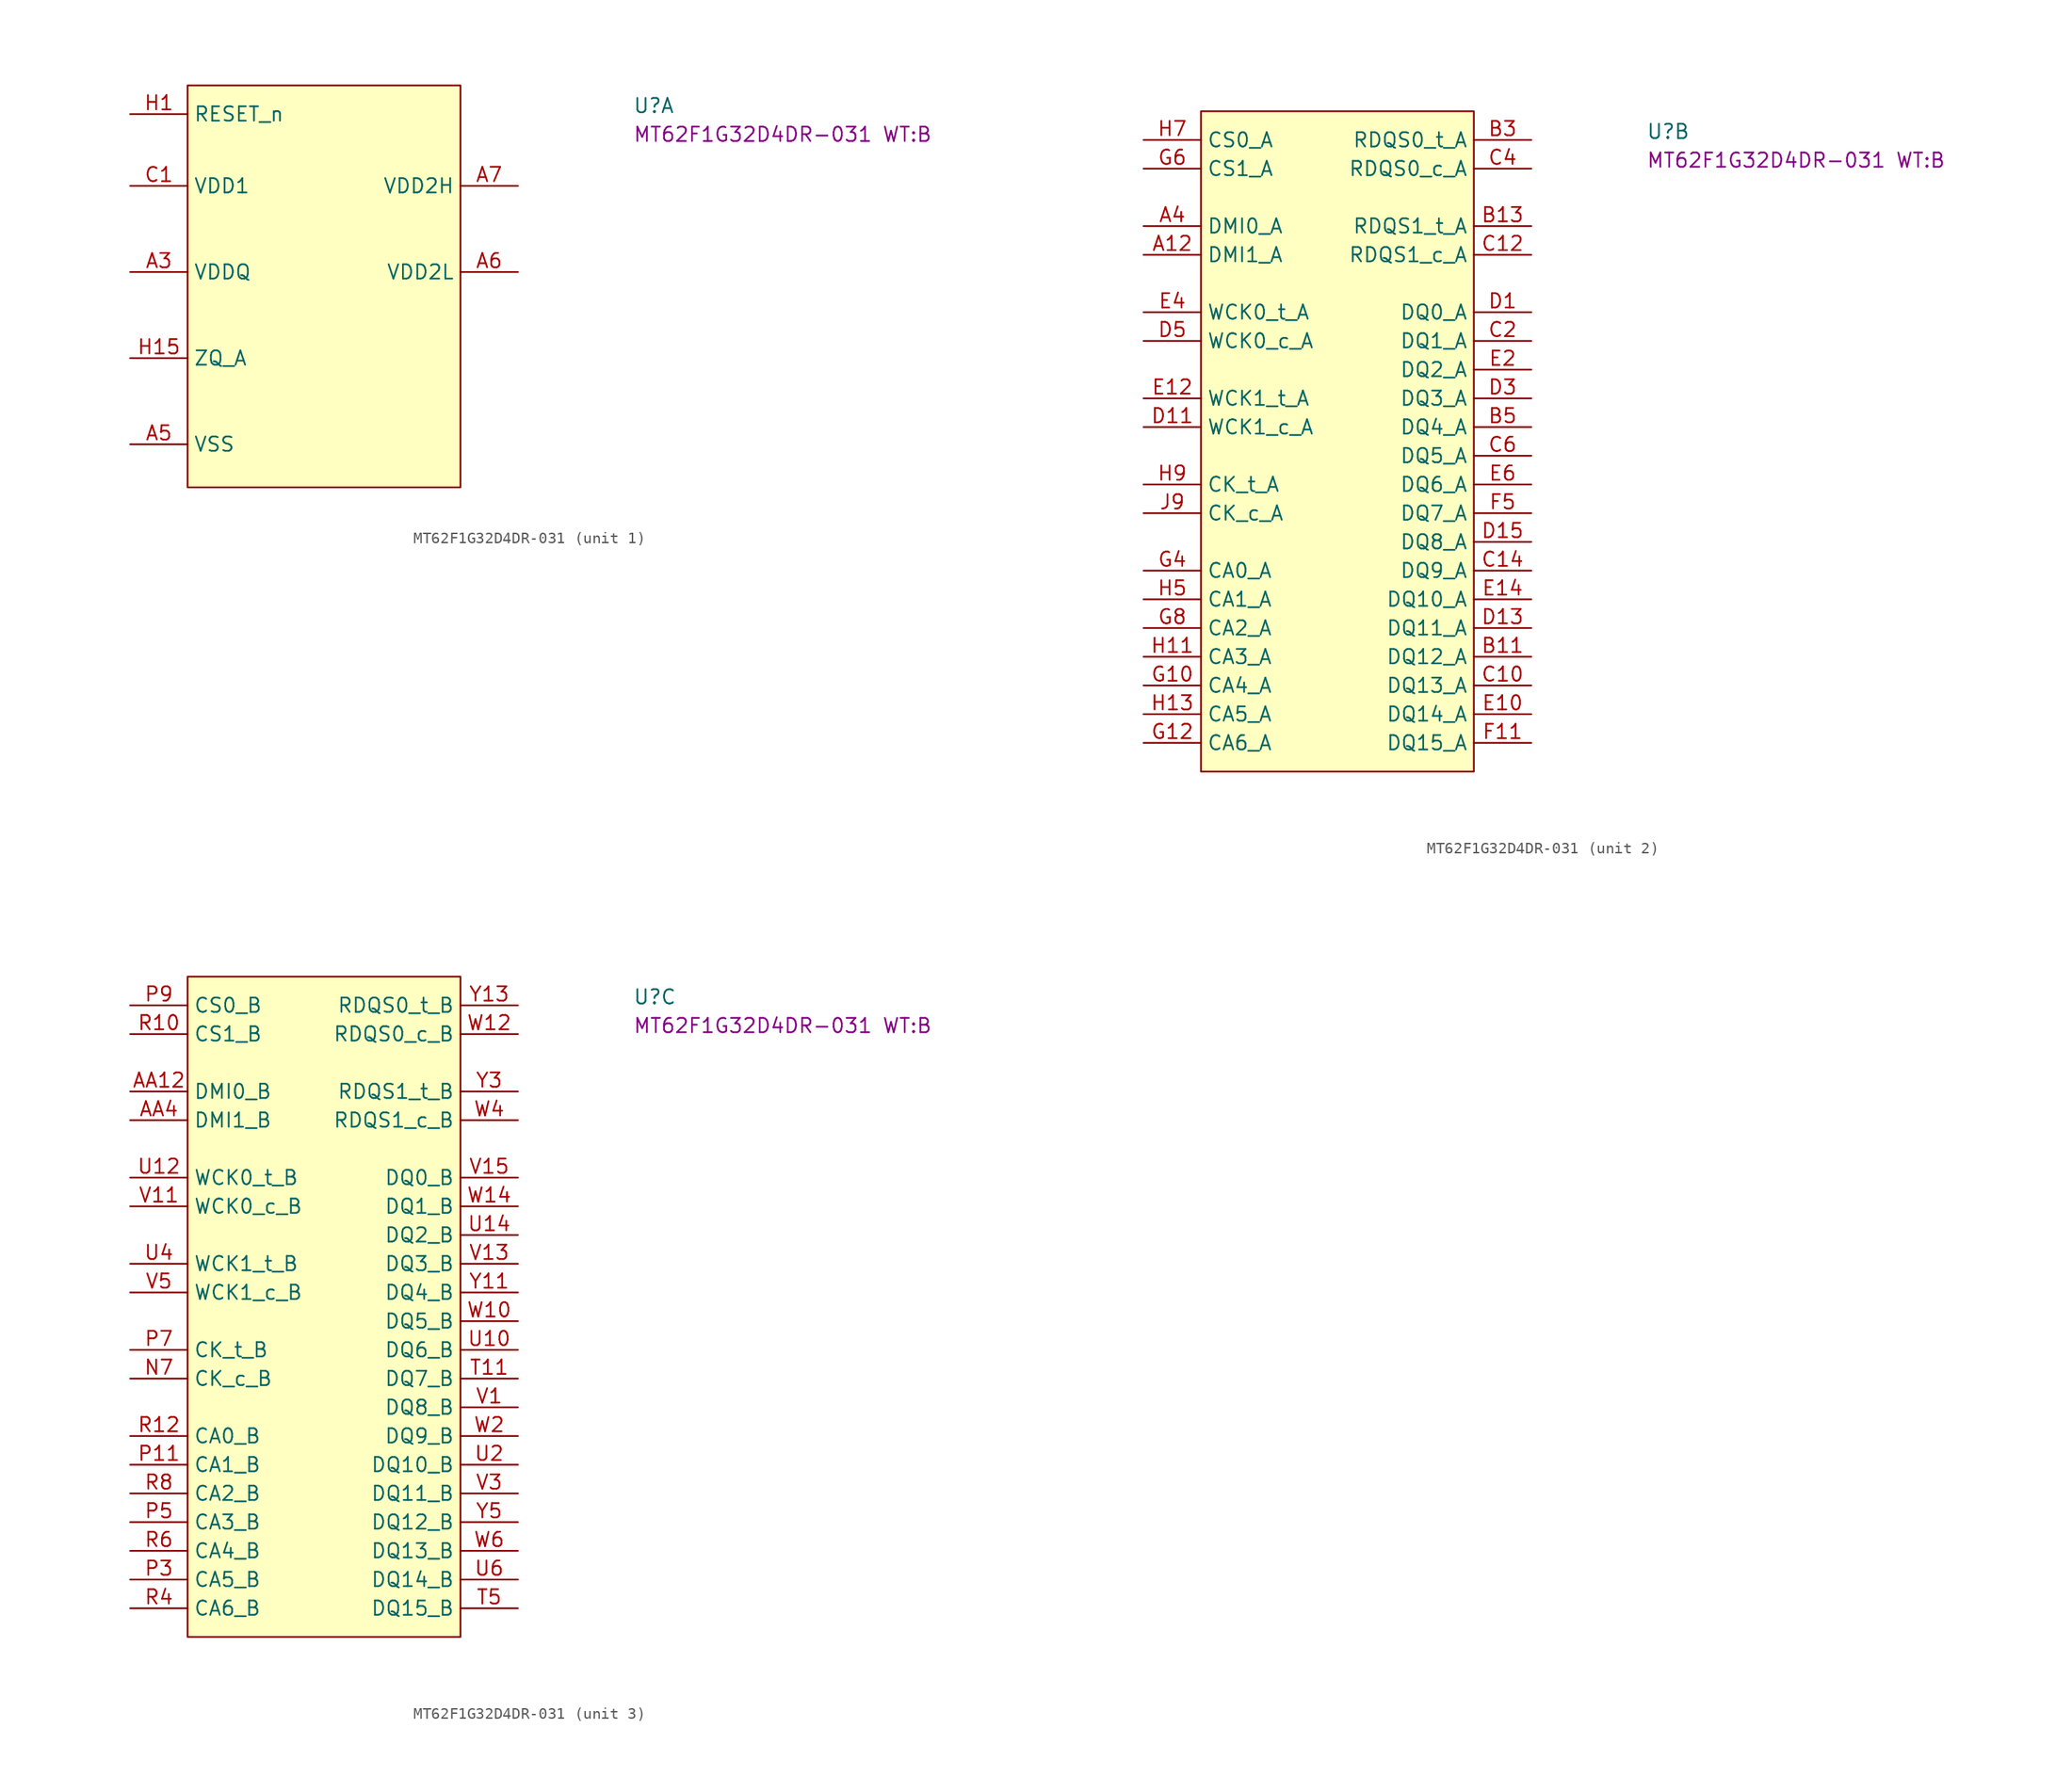
<source format=kicad_sym>
(kicad_symbol_lib
  (version 20220914)
  (generator kicad_symbol_editor)
  (symbol "MT62F1G32D4DR-031"
    (property "Reference" "U"
      (at 44.45 0 0)
      (effects (font (size 1.27 1.27)) (justify left bottom)))
    (property "MPN" "MT62F1G32D4DR-031 WT:B"
      (at 44.45 -2.54 0)
      (effects (font (size 1.27 1.27)) (justify left bottom)))
    (property "ki_locked" ""
      (at 0 0 0)
      (effects (font (size 1.27 1.27))))
    (symbol "MT62F1G32D4DR-031_1_0"
      (pin no_connect line (at 29.21 -3.81 180) (length 5.08) hide (name "NC" (effects (font (size 1.27 1.27)))) (number "A1" (effects (font (size 1.27 1.27)))))
      (pin passive line (at 34.29 -13.97 180) (length 5.08) hide (name "VDD2L" (effects (font (size 1.27 1.27)))) (number "A10" (effects (font (size 1.27 1.27)))))
      (pin passive line (at 0 -29.21 0) (length 5.08) hide (name "VSS" (effects (font (size 1.27 1.27)))) (number "A11" (effects (font (size 1.27 1.27)))))
      (pin passive line (at 0 -13.97 0) (length 5.08) hide (name "VDDQ" (effects (font (size 1.27 1.27)))) (number "A13" (effects (font (size 1.27 1.27)))))
      (pin no_connect line (at 29.21 -19.05 180) (length 5.08) hide (name "NC" (effects (font (size 1.27 1.27)))) (number "A14" (effects (font (size 1.27 1.27)))))
      (pin no_connect line (at 29.21 -20.32 180) (length 5.08) hide (name "NC" (effects (font (size 1.27 1.27)))) (number "A15" (effects (font (size 1.27 1.27)))))
      (pin no_connect line (at 29.21 -17.78 180) (length 5.08) hide (name "NC" (effects (font (size 1.27 1.27)))) (number "A2" (effects (font (size 1.27 1.27)))))
      (pin passive line (at 0 -13.97 0) (length 5.08) (name "VDDQ" (effects (font (size 1.27 1.27)))) (number "A3" (effects (font (size 1.27 1.27)))))
      (pin passive line (at 0 -29.21 0) (length 5.08) (name "VSS" (effects (font (size 1.27 1.27)))) (number "A5" (effects (font (size 1.27 1.27)))))
      (pin passive line (at 34.29 -13.97 180) (length 5.08) (name "VDD2L" (effects (font (size 1.27 1.27)))) (number "A6" (effects (font (size 1.27 1.27)))))
      (pin passive line (at 34.29 -6.35 180) (length 5.08) (name "VDD2H" (effects (font (size 1.27 1.27)))) (number "A7" (effects (font (size 1.27 1.27)))))
      (pin passive line (at 34.29 -6.35 180) (length 5.08) hide (name "VDD2H" (effects (font (size 1.27 1.27)))) (number "A8" (effects (font (size 1.27 1.27)))))
      (pin passive line (at 34.29 -6.35 180) (length 5.08) hide (name "VDD2H" (effects (font (size 1.27 1.27)))) (number "A9" (effects (font (size 1.27 1.27)))))
      (pin no_connect line (at 29.21 -26.67 180) (length 5.08) hide (name "NC" (effects (font (size 1.27 1.27)))) (number "AA1" (effects (font (size 1.27 1.27)))))
      (pin passive line (at 34.29 -13.97 180) (length 5.08) hide (name "VDD2L" (effects (font (size 1.27 1.27)))) (number "AA10" (effects (font (size 1.27 1.27)))))
      (pin passive line (at 0 -29.21 0) (length 5.08) hide (name "VSS" (effects (font (size 1.27 1.27)))) (number "AA11" (effects (font (size 1.27 1.27)))))
      (pin passive line (at 0 -13.97 0) (length 5.08) hide (name "VDDQ" (effects (font (size 1.27 1.27)))) (number "AA13" (effects (font (size 1.27 1.27)))))
      (pin no_connect line (at 29.21 -29.21 180) (length 5.08) hide (name "NC" (effects (font (size 1.27 1.27)))) (number "AA14" (effects (font (size 1.27 1.27)))))
      (pin no_connect line (at 29.21 -30.48 180) (length 5.08) hide (name "NC" (effects (font (size 1.27 1.27)))) (number "AA15" (effects (font (size 1.27 1.27)))))
      (pin no_connect line (at 29.21 -27.94 180) (length 5.08) hide (name "NC" (effects (font (size 1.27 1.27)))) (number "AA2" (effects (font (size 1.27 1.27)))))
      (pin passive line (at 0 -13.97 0) (length 5.08) hide (name "VDDQ" (effects (font (size 1.27 1.27)))) (number "AA3" (effects (font (size 1.27 1.27)))))
      (pin passive line (at 0 -29.21 0) (length 5.08) hide (name "VSS" (effects (font (size 1.27 1.27)))) (number "AA5" (effects (font (size 1.27 1.27)))))
      (pin passive line (at 34.29 -13.97 180) (length 5.08) hide (name "VDD2L" (effects (font (size 1.27 1.27)))) (number "AA6" (effects (font (size 1.27 1.27)))))
      (pin passive line (at 34.29 -6.35 180) (length 5.08) hide (name "VDD2H" (effects (font (size 1.27 1.27)))) (number "AA7" (effects (font (size 1.27 1.27)))))
      (pin passive line (at 34.29 -6.35 180) (length 5.08) hide (name "VDD2H" (effects (font (size 1.27 1.27)))) (number "AA8" (effects (font (size 1.27 1.27)))))
      (pin passive line (at 34.29 -6.35 180) (length 5.08) hide (name "VDD2H" (effects (font (size 1.27 1.27)))) (number "AA9" (effects (font (size 1.27 1.27)))))
      (pin no_connect line (at 29.21 -21.59 180) (length 5.08) hide (name "NC" (effects (font (size 1.27 1.27)))) (number "B1" (effects (font (size 1.27 1.27)))))
      (pin passive line (at 34.29 -13.97 180) (length 5.08) hide (name "VDD2L" (effects (font (size 1.27 1.27)))) (number "B10" (effects (font (size 1.27 1.27)))))
      (pin passive line (at 0 -29.21 0) (length 5.08) hide (name "VSS" (effects (font (size 1.27 1.27)))) (number "B12" (effects (font (size 1.27 1.27)))))
      (pin passive line (at 0 -13.97 0) (length 5.08) hide (name "VDDQ" (effects (font (size 1.27 1.27)))) (number "B14" (effects (font (size 1.27 1.27)))))
      (pin no_connect line (at 29.21 -22.86 180) (length 5.08) hide (name "NC" (effects (font (size 1.27 1.27)))) (number "B15" (effects (font (size 1.27 1.27)))))
      (pin passive line (at 0 -13.97 0) (length 5.08) hide (name "VDDQ" (effects (font (size 1.27 1.27)))) (number "B2" (effects (font (size 1.27 1.27)))))
      (pin passive line (at 0 -29.21 0) (length 5.08) hide (name "VSS" (effects (font (size 1.27 1.27)))) (number "B4" (effects (font (size 1.27 1.27)))))
      (pin passive line (at 34.29 -13.97 180) (length 5.08) hide (name "VDD2L" (effects (font (size 1.27 1.27)))) (number "B6" (effects (font (size 1.27 1.27)))))
      (pin passive line (at 34.29 -6.35 180) (length 5.08) hide (name "VDD2H" (effects (font (size 1.27 1.27)))) (number "B7" (effects (font (size 1.27 1.27)))))
      (pin passive line (at 0 -29.21 0) (length 5.08) hide (name "VSS" (effects (font (size 1.27 1.27)))) (number "B8" (effects (font (size 1.27 1.27)))))
      (pin passive line (at 34.29 -6.35 180) (length 5.08) hide (name "VDD2H" (effects (font (size 1.27 1.27)))) (number "B9" (effects (font (size 1.27 1.27)))))
      (pin passive line (at 0 -6.35 0) (length 5.08) (name "VDD1" (effects (font (size 1.27 1.27)))) (number "C1" (effects (font (size 1.27 1.27)))))
      (pin passive line (at 0 -29.21 0) (length 5.08) hide (name "VSS" (effects (font (size 1.27 1.27)))) (number "C11" (effects (font (size 1.27 1.27)))))
      (pin passive line (at 0 -13.97 0) (length 5.08) hide (name "VDDQ" (effects (font (size 1.27 1.27)))) (number "C13" (effects (font (size 1.27 1.27)))))
      (pin passive line (at 0 -6.35 0) (length 5.08) hide (name "VDD1" (effects (font (size 1.27 1.27)))) (number "C15" (effects (font (size 1.27 1.27)))))
      (pin passive line (at 0 -13.97 0) (length 5.08) hide (name "VDDQ" (effects (font (size 1.27 1.27)))) (number "C3" (effects (font (size 1.27 1.27)))))
      (pin passive line (at 0 -29.21 0) (length 5.08) hide (name "VSS" (effects (font (size 1.27 1.27)))) (number "C5" (effects (font (size 1.27 1.27)))))
      (pin passive line (at 34.29 -6.35 180) (length 5.08) hide (name "VDD2H" (effects (font (size 1.27 1.27)))) (number "C7" (effects (font (size 1.27 1.27)))))
      (pin passive line (at 0 -29.21 0) (length 5.08) hide (name "VSS" (effects (font (size 1.27 1.27)))) (number "C8" (effects (font (size 1.27 1.27)))))
      (pin passive line (at 34.29 -6.35 180) (length 5.08) hide (name "VDD2H" (effects (font (size 1.27 1.27)))) (number "C9" (effects (font (size 1.27 1.27)))))
      (pin passive line (at 0 -29.21 0) (length 5.08) hide (name "VSS" (effects (font (size 1.27 1.27)))) (number "D10" (effects (font (size 1.27 1.27)))))
      (pin passive line (at 0 -13.97 0) (length 5.08) hide (name "VDDQ" (effects (font (size 1.27 1.27)))) (number "D12" (effects (font (size 1.27 1.27)))))
      (pin passive line (at 0 -29.21 0) (length 5.08) hide (name "VSS" (effects (font (size 1.27 1.27)))) (number "D14" (effects (font (size 1.27 1.27)))))
      (pin passive line (at 0 -29.21 0) (length 5.08) hide (name "VSS" (effects (font (size 1.27 1.27)))) (number "D2" (effects (font (size 1.27 1.27)))))
      (pin passive line (at 0 -13.97 0) (length 5.08) hide (name "VDDQ" (effects (font (size 1.27 1.27)))) (number "D4" (effects (font (size 1.27 1.27)))))
      (pin passive line (at 0 -29.21 0) (length 5.08) hide (name "VSS" (effects (font (size 1.27 1.27)))) (number "D6" (effects (font (size 1.27 1.27)))))
      (pin passive line (at 0 -29.21 0) (length 5.08) hide (name "VSS" (effects (font (size 1.27 1.27)))) (number "D7" (effects (font (size 1.27 1.27)))))
      (pin passive line (at 34.29 -6.35 180) (length 5.08) hide (name "VDD2H" (effects (font (size 1.27 1.27)))) (number "D8" (effects (font (size 1.27 1.27)))))
      (pin passive line (at 0 -29.21 0) (length 5.08) hide (name "VSS" (effects (font (size 1.27 1.27)))) (number "D9" (effects (font (size 1.27 1.27)))))
      (pin passive line (at 0 -29.21 0) (length 5.08) hide (name "VSS" (effects (font (size 1.27 1.27)))) (number "E1" (effects (font (size 1.27 1.27)))))
      (pin passive line (at 0 -13.97 0) (length 5.08) hide (name "VDDQ" (effects (font (size 1.27 1.27)))) (number "E11" (effects (font (size 1.27 1.27)))))
      (pin passive line (at 0 -29.21 0) (length 5.08) hide (name "VSS" (effects (font (size 1.27 1.27)))) (number "E13" (effects (font (size 1.27 1.27)))))
      (pin passive line (at 0 -29.21 0) (length 5.08) hide (name "VSS" (effects (font (size 1.27 1.27)))) (number "E15" (effects (font (size 1.27 1.27)))))
      (pin passive line (at 0 -29.21 0) (length 5.08) hide (name "VSS" (effects (font (size 1.27 1.27)))) (number "E3" (effects (font (size 1.27 1.27)))))
      (pin passive line (at 0 -13.97 0) (length 5.08) hide (name "VDDQ" (effects (font (size 1.27 1.27)))) (number "E5" (effects (font (size 1.27 1.27)))))
      (pin passive line (at 34.29 -6.35 180) (length 5.08) hide (name "VDD2H" (effects (font (size 1.27 1.27)))) (number "E7" (effects (font (size 1.27 1.27)))))
      (pin passive line (at 0 -29.21 0) (length 5.08) hide (name "VSS" (effects (font (size 1.27 1.27)))) (number "E8" (effects (font (size 1.27 1.27)))))
      (pin passive line (at 34.29 -6.35 180) (length 5.08) hide (name "VDD2H" (effects (font (size 1.27 1.27)))) (number "E9" (effects (font (size 1.27 1.27)))))
      (pin passive line (at 0 -13.97 0) (length 5.08) hide (name "VDDQ" (effects (font (size 1.27 1.27)))) (number "F1" (effects (font (size 1.27 1.27)))))
      (pin passive line (at 34.29 -6.35 180) (length 5.08) hide (name "VDD2H" (effects (font (size 1.27 1.27)))) (number "F10" (effects (font (size 1.27 1.27)))))
      (pin passive line (at 0 -13.97 0) (length 5.08) hide (name "VDDQ" (effects (font (size 1.27 1.27)))) (number "F12" (effects (font (size 1.27 1.27)))))
      (pin passive line (at 0 -13.97 0) (length 5.08) hide (name "VDDQ" (effects (font (size 1.27 1.27)))) (number "F13" (effects (font (size 1.27 1.27)))))
      (pin passive line (at 0 -29.21 0) (length 5.08) hide (name "VSS" (effects (font (size 1.27 1.27)))) (number "F14" (effects (font (size 1.27 1.27)))))
      (pin passive line (at 0 -13.97 0) (length 5.08) hide (name "VDDQ" (effects (font (size 1.27 1.27)))) (number "F15" (effects (font (size 1.27 1.27)))))
      (pin passive line (at 0 -29.21 0) (length 5.08) hide (name "VSS" (effects (font (size 1.27 1.27)))) (number "F2" (effects (font (size 1.27 1.27)))))
      (pin passive line (at 0 -13.97 0) (length 5.08) hide (name "VDDQ" (effects (font (size 1.27 1.27)))) (number "F3" (effects (font (size 1.27 1.27)))))
      (pin passive line (at 0 -13.97 0) (length 5.08) hide (name "VDDQ" (effects (font (size 1.27 1.27)))) (number "F4" (effects (font (size 1.27 1.27)))))
      (pin passive line (at 34.29 -6.35 180) (length 5.08) hide (name "VDD2H" (effects (font (size 1.27 1.27)))) (number "F6" (effects (font (size 1.27 1.27)))))
      (pin passive line (at 34.29 -6.35 180) (length 5.08) hide (name "VDD2H" (effects (font (size 1.27 1.27)))) (number "F7" (effects (font (size 1.27 1.27)))))
      (pin passive line (at 0 -29.21 0) (length 5.08) hide (name "VSS" (effects (font (size 1.27 1.27)))) (number "F8" (effects (font (size 1.27 1.27)))))
      (pin passive line (at 34.29 -6.35 180) (length 5.08) hide (name "VDD2H" (effects (font (size 1.27 1.27)))) (number "F9" (effects (font (size 1.27 1.27)))))
      (pin passive line (at 0 -13.97 0) (length 5.08) hide (name "VDDQ" (effects (font (size 1.27 1.27)))) (number "G1" (effects (font (size 1.27 1.27)))))
      (pin passive line (at 0 -29.21 0) (length 5.08) hide (name "VSS" (effects (font (size 1.27 1.27)))) (number "G11" (effects (font (size 1.27 1.27)))))
      (pin passive line (at 0 -29.21 0) (length 5.08) hide (name "VSS" (effects (font (size 1.27 1.27)))) (number "G13" (effects (font (size 1.27 1.27)))))
      (pin passive line (at 0 -13.97 0) (length 5.08) hide (name "VDDQ" (effects (font (size 1.27 1.27)))) (number "G14" (effects (font (size 1.27 1.27)))))
      (pin passive line (at 0 -13.97 0) (length 5.08) hide (name "VDDQ" (effects (font (size 1.27 1.27)))) (number "G15" (effects (font (size 1.27 1.27)))))
      (pin passive line (at 0 -13.97 0) (length 5.08) hide (name "VDDQ" (effects (font (size 1.27 1.27)))) (number "G2" (effects (font (size 1.27 1.27)))))
      (pin passive line (at 0 -29.21 0) (length 5.08) hide (name "VSS" (effects (font (size 1.27 1.27)))) (number "G3" (effects (font (size 1.27 1.27)))))
      (pin passive line (at 0 -29.21 0) (length 5.08) hide (name "VSS" (effects (font (size 1.27 1.27)))) (number "G5" (effects (font (size 1.27 1.27)))))
      (pin passive line (at 0 -29.21 0) (length 5.08) hide (name "VSS" (effects (font (size 1.27 1.27)))) (number "G7" (effects (font (size 1.27 1.27)))))
      (pin passive line (at 0 -29.21 0) (length 5.08) hide (name "VSS" (effects (font (size 1.27 1.27)))) (number "G9" (effects (font (size 1.27 1.27)))))
      (pin passive line (at 0 0 0) (length 5.08) (name "RESET_n" (effects (font (size 1.27 1.27)))) (number "H1" (effects (font (size 1.27 1.27)))))
      (pin passive line (at 0 -29.21 0) (length 5.08) hide (name "VSS" (effects (font (size 1.27 1.27)))) (number "H10" (effects (font (size 1.27 1.27)))))
      (pin passive line (at 0 -29.21 0) (length 5.08) hide (name "VSS" (effects (font (size 1.27 1.27)))) (number "H12" (effects (font (size 1.27 1.27)))))
      (pin passive line (at 34.29 -13.97 180) (length 5.08) hide (name "VDD2L" (effects (font (size 1.27 1.27)))) (number "H14" (effects (font (size 1.27 1.27)))))
      (pin passive line (at 0 -21.59 0) (length 5.08) (name "ZQ_A" (effects (font (size 1.27 1.27)))) (number "H15" (effects (font (size 1.27 1.27)))))
      (pin passive line (at 34.29 -13.97 180) (length 5.08) hide (name "VDD2L" (effects (font (size 1.27 1.27)))) (number "H2" (effects (font (size 1.27 1.27)))))
      (pin passive line (at 0 -29.21 0) (length 5.08) hide (name "VSS" (effects (font (size 1.27 1.27)))) (number "H3" (effects (font (size 1.27 1.27)))))
      (pin passive line (at 0 -29.21 0) (length 5.08) hide (name "VSS" (effects (font (size 1.27 1.27)))) (number "H4" (effects (font (size 1.27 1.27)))))
      (pin passive line (at 0 -29.21 0) (length 5.08) hide (name "VSS" (effects (font (size 1.27 1.27)))) (number "H6" (effects (font (size 1.27 1.27)))))
      (pin passive line (at 0 -29.21 0) (length 5.08) hide (name "VSS" (effects (font (size 1.27 1.27)))) (number "H8" (effects (font (size 1.27 1.27)))))
      (pin passive line (at 0 -29.21 0) (length 5.08) hide (name "VSS" (effects (font (size 1.27 1.27)))) (number "J1" (effects (font (size 1.27 1.27)))))
      (pin passive line (at 0 -29.21 0) (length 5.08) hide (name "VSS" (effects (font (size 1.27 1.27)))) (number "J10" (effects (font (size 1.27 1.27)))))
      (pin passive line (at 34.29 -6.35 180) (length 5.08) hide (name "VDD2H" (effects (font (size 1.27 1.27)))) (number "J11" (effects (font (size 1.27 1.27)))))
      (pin passive line (at 0 -29.21 0) (length 5.08) hide (name "VSS" (effects (font (size 1.27 1.27)))) (number "J12" (effects (font (size 1.27 1.27)))))
      (pin passive line (at 0 -29.21 0) (length 5.08) hide (name "VSS" (effects (font (size 1.27 1.27)))) (number "J13" (effects (font (size 1.27 1.27)))))
      (pin passive line (at 34.29 -13.97 180) (length 5.08) hide (name "VDD2L" (effects (font (size 1.27 1.27)))) (number "J14" (effects (font (size 1.27 1.27)))))
      (pin passive line (at 0 -29.21 0) (length 5.08) hide (name "VSS" (effects (font (size 1.27 1.27)))) (number "J15" (effects (font (size 1.27 1.27)))))
      (pin passive line (at 34.29 -13.97 180) (length 5.08) hide (name "VDD2L" (effects (font (size 1.27 1.27)))) (number "J2" (effects (font (size 1.27 1.27)))))
      (pin passive line (at 0 -29.21 0) (length 5.08) hide (name "VSS" (effects (font (size 1.27 1.27)))) (number "J3" (effects (font (size 1.27 1.27)))))
      (pin no_connect line (at 29.21 -1.27 180) (length 5.08) hide (name "RFU" (effects (font (size 1.27 1.27)))) (number "J4" (effects (font (size 1.27 1.27)))))
      (pin passive line (at 34.29 -6.35 180) (length 5.08) hide (name "VDD2H" (effects (font (size 1.27 1.27)))) (number "J5" (effects (font (size 1.27 1.27)))))
      (pin no_connect line (at 29.21 0 180) (length 5.08) hide (name "RFU" (effects (font (size 1.27 1.27)))) (number "J6" (effects (font (size 1.27 1.27)))))
      (pin passive line (at 0 -29.21 0) (length 5.08) hide (name "VSS" (effects (font (size 1.27 1.27)))) (number "J7" (effects (font (size 1.27 1.27)))))
      (pin passive line (at 0 -29.21 0) (length 5.08) hide (name "VSS" (effects (font (size 1.27 1.27)))) (number "J8" (effects (font (size 1.27 1.27)))))
      (pin passive line (at 34.29 -6.35 180) (length 5.08) hide (name "VDD2H" (effects (font (size 1.27 1.27)))) (number "K1" (effects (font (size 1.27 1.27)))))
      (pin passive line (at 34.29 -6.35 180) (length 5.08) hide (name "VDD2H" (effects (font (size 1.27 1.27)))) (number "K10" (effects (font (size 1.27 1.27)))))
      (pin passive line (at 34.29 -6.35 180) (length 5.08) hide (name "VDD2H" (effects (font (size 1.27 1.27)))) (number "K11" (effects (font (size 1.27 1.27)))))
      (pin passive line (at 34.29 -6.35 180) (length 5.08) hide (name "VDD2H" (effects (font (size 1.27 1.27)))) (number "K12" (effects (font (size 1.27 1.27)))))
      (pin passive line (at 34.29 -6.35 180) (length 5.08) hide (name "VDD2H" (effects (font (size 1.27 1.27)))) (number "K13" (effects (font (size 1.27 1.27)))))
      (pin passive line (at 34.29 -6.35 180) (length 5.08) hide (name "VDD2H" (effects (font (size 1.27 1.27)))) (number "K14" (effects (font (size 1.27 1.27)))))
      (pin passive line (at 34.29 -6.35 180) (length 5.08) hide (name "VDD2H" (effects (font (size 1.27 1.27)))) (number "K15" (effects (font (size 1.27 1.27)))))
      (pin passive line (at 34.29 -6.35 180) (length 5.08) hide (name "VDD2H" (effects (font (size 1.27 1.27)))) (number "K2" (effects (font (size 1.27 1.27)))))
      (pin passive line (at 34.29 -6.35 180) (length 5.08) hide (name "VDD2H" (effects (font (size 1.27 1.27)))) (number "K3" (effects (font (size 1.27 1.27)))))
      (pin passive line (at 34.29 -6.35 180) (length 5.08) hide (name "VDD2H" (effects (font (size 1.27 1.27)))) (number "K4" (effects (font (size 1.27 1.27)))))
      (pin passive line (at 34.29 -6.35 180) (length 5.08) hide (name "VDD2H" (effects (font (size 1.27 1.27)))) (number "K5" (effects (font (size 1.27 1.27)))))
      (pin passive line (at 34.29 -6.35 180) (length 5.08) hide (name "VDD2H" (effects (font (size 1.27 1.27)))) (number "K6" (effects (font (size 1.27 1.27)))))
      (pin passive line (at 0 -29.21 0) (length 5.08) hide (name "VSS" (effects (font (size 1.27 1.27)))) (number "K7" (effects (font (size 1.27 1.27)))))
      (pin passive line (at 0 -29.21 0) (length 5.08) hide (name "VSS" (effects (font (size 1.27 1.27)))) (number "K8" (effects (font (size 1.27 1.27)))))
      (pin passive line (at 0 -29.21 0) (length 5.08) hide (name "VSS" (effects (font (size 1.27 1.27)))) (number "K9" (effects (font (size 1.27 1.27)))))
      (pin passive line (at 0 -29.21 0) (length 5.08) hide (name "VSS" (effects (font (size 1.27 1.27)))) (number "L1" (effects (font (size 1.27 1.27)))))
      (pin passive line (at 34.29 -6.35 180) (length 5.08) hide (name "VDD2H" (effects (font (size 1.27 1.27)))) (number "L10" (effects (font (size 1.27 1.27)))))
      (pin passive line (at 0 -29.21 0) (length 5.08) hide (name "VSS" (effects (font (size 1.27 1.27)))) (number "L11" (effects (font (size 1.27 1.27)))))
      (pin passive line (at 0 -29.21 0) (length 5.08) hide (name "VSS" (effects (font (size 1.27 1.27)))) (number "L12" (effects (font (size 1.27 1.27)))))
      (pin passive line (at 0 -29.21 0) (length 5.08) hide (name "VSS" (effects (font (size 1.27 1.27)))) (number "L13" (effects (font (size 1.27 1.27)))))
      (pin passive line (at 0 -29.21 0) (length 5.08) hide (name "VSS" (effects (font (size 1.27 1.27)))) (number "L14" (effects (font (size 1.27 1.27)))))
      (pin passive line (at 0 -29.21 0) (length 5.08) hide (name "VSS" (effects (font (size 1.27 1.27)))) (number "L15" (effects (font (size 1.27 1.27)))))
      (pin passive line (at 0 -29.21 0) (length 5.08) hide (name "VSS" (effects (font (size 1.27 1.27)))) (number "L2" (effects (font (size 1.27 1.27)))))
      (pin passive line (at 0 -29.21 0) (length 5.08) hide (name "VSS" (effects (font (size 1.27 1.27)))) (number "L3" (effects (font (size 1.27 1.27)))))
      (pin passive line (at 0 -29.21 0) (length 5.08) hide (name "VSS" (effects (font (size 1.27 1.27)))) (number "L4" (effects (font (size 1.27 1.27)))))
      (pin passive line (at 0 -29.21 0) (length 5.08) hide (name "VSS" (effects (font (size 1.27 1.27)))) (number "L5" (effects (font (size 1.27 1.27)))))
      (pin passive line (at 34.29 -6.35 180) (length 5.08) hide (name "VDD2H" (effects (font (size 1.27 1.27)))) (number "L6" (effects (font (size 1.27 1.27)))))
      (pin passive line (at 34.29 -6.35 180) (length 5.08) hide (name "VDD2H" (effects (font (size 1.27 1.27)))) (number "L7" (effects (font (size 1.27 1.27)))))
      (pin passive line (at 34.29 -6.35 180) (length 5.08) hide (name "VDD2H" (effects (font (size 1.27 1.27)))) (number "L8" (effects (font (size 1.27 1.27)))))
      (pin passive line (at 34.29 -6.35 180) (length 5.08) hide (name "VDD2H" (effects (font (size 1.27 1.27)))) (number "L9" (effects (font (size 1.27 1.27)))))
      (pin passive line (at 34.29 -6.35 180) (length 5.08) hide (name "VDD2H" (effects (font (size 1.27 1.27)))) (number "M1" (effects (font (size 1.27 1.27)))))
      (pin passive line (at 34.29 -6.35 180) (length 5.08) hide (name "VDD2H" (effects (font (size 1.27 1.27)))) (number "M10" (effects (font (size 1.27 1.27)))))
      (pin passive line (at 34.29 -6.35 180) (length 5.08) hide (name "VDD2H" (effects (font (size 1.27 1.27)))) (number "M11" (effects (font (size 1.27 1.27)))))
      (pin passive line (at 34.29 -6.35 180) (length 5.08) hide (name "VDD2H" (effects (font (size 1.27 1.27)))) (number "M12" (effects (font (size 1.27 1.27)))))
      (pin passive line (at 34.29 -6.35 180) (length 5.08) hide (name "VDD2H" (effects (font (size 1.27 1.27)))) (number "M13" (effects (font (size 1.27 1.27)))))
      (pin passive line (at 34.29 -6.35 180) (length 5.08) hide (name "VDD2H" (effects (font (size 1.27 1.27)))) (number "M14" (effects (font (size 1.27 1.27)))))
      (pin passive line (at 34.29 -6.35 180) (length 5.08) hide (name "VDD2H" (effects (font (size 1.27 1.27)))) (number "M15" (effects (font (size 1.27 1.27)))))
      (pin passive line (at 34.29 -6.35 180) (length 5.08) hide (name "VDD2H" (effects (font (size 1.27 1.27)))) (number "M2" (effects (font (size 1.27 1.27)))))
      (pin passive line (at 34.29 -6.35 180) (length 5.08) hide (name "VDD2H" (effects (font (size 1.27 1.27)))) (number "M3" (effects (font (size 1.27 1.27)))))
      (pin passive line (at 34.29 -6.35 180) (length 5.08) hide (name "VDD2H" (effects (font (size 1.27 1.27)))) (number "M4" (effects (font (size 1.27 1.27)))))
      (pin passive line (at 34.29 -6.35 180) (length 5.08) hide (name "VDD2H" (effects (font (size 1.27 1.27)))) (number "M5" (effects (font (size 1.27 1.27)))))
      (pin passive line (at 34.29 -6.35 180) (length 5.08) hide (name "VDD2H" (effects (font (size 1.27 1.27)))) (number "M6" (effects (font (size 1.27 1.27)))))
      (pin passive line (at 0 -29.21 0) (length 5.08) hide (name "VSS" (effects (font (size 1.27 1.27)))) (number "M7" (effects (font (size 1.27 1.27)))))
      (pin passive line (at 0 -29.21 0) (length 5.08) hide (name "VSS" (effects (font (size 1.27 1.27)))) (number "M8" (effects (font (size 1.27 1.27)))))
      (pin passive line (at 0 -29.21 0) (length 5.08) hide (name "VSS" (effects (font (size 1.27 1.27)))) (number "M9" (effects (font (size 1.27 1.27)))))
      (pin passive line (at 0 -29.21 0) (length 5.08) hide (name "VSS" (effects (font (size 1.27 1.27)))) (number "N1" (effects (font (size 1.27 1.27)))))
      (pin passive line (at 0 -29.21 0) (length 5.08) hide (name "VSS" (effects (font (size 1.27 1.27)))) (number "N10" (effects (font (size 1.27 1.27)))))
      (pin passive line (at 34.29 -6.35 180) (length 5.08) hide (name "VDD2H" (effects (font (size 1.27 1.27)))) (number "N11" (effects (font (size 1.27 1.27)))))
      (pin passive line (at 0 -29.21 0) (length 5.08) hide (name "VSS" (effects (font (size 1.27 1.27)))) (number "N12" (effects (font (size 1.27 1.27)))))
      (pin passive line (at 0 -29.21 0) (length 5.08) hide (name "VSS" (effects (font (size 1.27 1.27)))) (number "N13" (effects (font (size 1.27 1.27)))))
      (pin passive line (at 34.29 -13.97 180) (length 5.08) hide (name "VDD2L" (effects (font (size 1.27 1.27)))) (number "N14" (effects (font (size 1.27 1.27)))))
      (pin passive line (at 0 -29.21 0) (length 5.08) hide (name "VSS" (effects (font (size 1.27 1.27)))) (number "N15" (effects (font (size 1.27 1.27)))))
      (pin passive line (at 34.29 -13.97 180) (length 5.08) hide (name "VDD2L" (effects (font (size 1.27 1.27)))) (number "N2" (effects (font (size 1.27 1.27)))))
      (pin passive line (at 0 -29.21 0) (length 5.08) hide (name "VSS" (effects (font (size 1.27 1.27)))) (number "N3" (effects (font (size 1.27 1.27)))))
      (pin passive line (at 0 -29.21 0) (length 5.08) hide (name "VSS" (effects (font (size 1.27 1.27)))) (number "N4" (effects (font (size 1.27 1.27)))))
      (pin passive line (at 34.29 -6.35 180) (length 5.08) hide (name "VDD2H" (effects (font (size 1.27 1.27)))) (number "N5" (effects (font (size 1.27 1.27)))))
      (pin passive line (at 0 -29.21 0) (length 5.08) hide (name "VSS" (effects (font (size 1.27 1.27)))) (number "N6" (effects (font (size 1.27 1.27)))))
      (pin passive line (at 0 -29.21 0) (length 5.08) hide (name "VSS" (effects (font (size 1.27 1.27)))) (number "N8" (effects (font (size 1.27 1.27)))))
      (pin passive line (at 0 -29.21 0) (length 5.08) hide (name "VSS" (effects (font (size 1.27 1.27)))) (number "N9" (effects (font (size 1.27 1.27)))))
      (pin no_connect line (at 29.21 1.27 180) (length 5.08) hide (name "RFU" (effects (font (size 1.27 1.27)))) (number "P1" (effects (font (size 1.27 1.27)))))
      (pin passive line (at 0 -29.21 0) (length 5.08) hide (name "VSS" (effects (font (size 1.27 1.27)))) (number "P10" (effects (font (size 1.27 1.27)))))
      (pin passive line (at 0 -29.21 0) (length 5.08) hide (name "VSS" (effects (font (size 1.27 1.27)))) (number "P12" (effects (font (size 1.27 1.27)))))
      (pin passive line (at 0 -29.21 0) (length 5.08) hide (name "VSS" (effects (font (size 1.27 1.27)))) (number "P13" (effects (font (size 1.27 1.27)))))
      (pin passive line (at 34.29 -13.97 180) (length 5.08) hide (name "VDD2L" (effects (font (size 1.27 1.27)))) (number "P14" (effects (font (size 1.27 1.27)))))
      (pin no_connect line (at 29.21 -2.54 180) (length 5.08) hide (name "RFU" (effects (font (size 1.27 1.27)))) (number "P15" (effects (font (size 1.27 1.27)))))
      (pin passive line (at 34.29 -13.97 180) (length 5.08) hide (name "VDD2L" (effects (font (size 1.27 1.27)))) (number "P2" (effects (font (size 1.27 1.27)))))
      (pin passive line (at 0 -29.21 0) (length 5.08) hide (name "VSS" (effects (font (size 1.27 1.27)))) (number "P4" (effects (font (size 1.27 1.27)))))
      (pin passive line (at 0 -29.21 0) (length 5.08) hide (name "VSS" (effects (font (size 1.27 1.27)))) (number "P6" (effects (font (size 1.27 1.27)))))
      (pin passive line (at 0 -29.21 0) (length 5.08) hide (name "VSS" (effects (font (size 1.27 1.27)))) (number "P8" (effects (font (size 1.27 1.27)))))
      (pin passive line (at 0 -13.97 0) (length 5.08) hide (name "VDDQ" (effects (font (size 1.27 1.27)))) (number "R1" (effects (font (size 1.27 1.27)))))
      (pin passive line (at 0 -29.21 0) (length 5.08) hide (name "VSS" (effects (font (size 1.27 1.27)))) (number "R11" (effects (font (size 1.27 1.27)))))
      (pin passive line (at 0 -29.21 0) (length 5.08) hide (name "VSS" (effects (font (size 1.27 1.27)))) (number "R13" (effects (font (size 1.27 1.27)))))
      (pin passive line (at 0 -13.97 0) (length 5.08) hide (name "VDDQ" (effects (font (size 1.27 1.27)))) (number "R14" (effects (font (size 1.27 1.27)))))
      (pin passive line (at 0 -13.97 0) (length 5.08) hide (name "VDDQ" (effects (font (size 1.27 1.27)))) (number "R15" (effects (font (size 1.27 1.27)))))
      (pin passive line (at 0 -13.97 0) (length 5.08) hide (name "VDDQ" (effects (font (size 1.27 1.27)))) (number "R2" (effects (font (size 1.27 1.27)))))
      (pin passive line (at 0 -29.21 0) (length 5.08) hide (name "VSS" (effects (font (size 1.27 1.27)))) (number "R3" (effects (font (size 1.27 1.27)))))
      (pin passive line (at 0 -29.21 0) (length 5.08) hide (name "VSS" (effects (font (size 1.27 1.27)))) (number "R5" (effects (font (size 1.27 1.27)))))
      (pin passive line (at 0 -29.21 0) (length 5.08) hide (name "VSS" (effects (font (size 1.27 1.27)))) (number "R7" (effects (font (size 1.27 1.27)))))
      (pin passive line (at 0 -29.21 0) (length 5.08) hide (name "VSS" (effects (font (size 1.27 1.27)))) (number "R9" (effects (font (size 1.27 1.27)))))
      (pin passive line (at 0 -13.97 0) (length 5.08) hide (name "VDDQ" (effects (font (size 1.27 1.27)))) (number "T1" (effects (font (size 1.27 1.27)))))
      (pin passive line (at 34.29 -6.35 180) (length 5.08) hide (name "VDD2H" (effects (font (size 1.27 1.27)))) (number "T10" (effects (font (size 1.27 1.27)))))
      (pin passive line (at 0 -13.97 0) (length 5.08) hide (name "VDDQ" (effects (font (size 1.27 1.27)))) (number "T12" (effects (font (size 1.27 1.27)))))
      (pin passive line (at 0 -13.97 0) (length 5.08) hide (name "VDDQ" (effects (font (size 1.27 1.27)))) (number "T13" (effects (font (size 1.27 1.27)))))
      (pin passive line (at 0 -29.21 0) (length 5.08) hide (name "VSS" (effects (font (size 1.27 1.27)))) (number "T14" (effects (font (size 1.27 1.27)))))
      (pin passive line (at 0 -13.97 0) (length 5.08) hide (name "VDDQ" (effects (font (size 1.27 1.27)))) (number "T15" (effects (font (size 1.27 1.27)))))
      (pin passive line (at 0 -29.21 0) (length 5.08) hide (name "VSS" (effects (font (size 1.27 1.27)))) (number "T2" (effects (font (size 1.27 1.27)))))
      (pin passive line (at 0 -13.97 0) (length 5.08) hide (name "VDDQ" (effects (font (size 1.27 1.27)))) (number "T3" (effects (font (size 1.27 1.27)))))
      (pin passive line (at 0 -13.97 0) (length 5.08) hide (name "VDDQ" (effects (font (size 1.27 1.27)))) (number "T4" (effects (font (size 1.27 1.27)))))
      (pin passive line (at 34.29 -6.35 180) (length 5.08) hide (name "VDD2H" (effects (font (size 1.27 1.27)))) (number "T6" (effects (font (size 1.27 1.27)))))
      (pin passive line (at 34.29 -6.35 180) (length 5.08) hide (name "VDD2H" (effects (font (size 1.27 1.27)))) (number "T7" (effects (font (size 1.27 1.27)))))
      (pin passive line (at 0 -29.21 0) (length 5.08) hide (name "VSS" (effects (font (size 1.27 1.27)))) (number "T8" (effects (font (size 1.27 1.27)))))
      (pin passive line (at 34.29 -6.35 180) (length 5.08) hide (name "VDD2H" (effects (font (size 1.27 1.27)))) (number "T9" (effects (font (size 1.27 1.27)))))
      (pin passive line (at 0 -29.21 0) (length 5.08) hide (name "VSS" (effects (font (size 1.27 1.27)))) (number "U1" (effects (font (size 1.27 1.27)))))
      (pin passive line (at 0 -13.97 0) (length 5.08) hide (name "VDDQ" (effects (font (size 1.27 1.27)))) (number "U11" (effects (font (size 1.27 1.27)))))
      (pin passive line (at 0 -29.21 0) (length 5.08) hide (name "VSS" (effects (font (size 1.27 1.27)))) (number "U13" (effects (font (size 1.27 1.27)))))
      (pin passive line (at 0 -29.21 0) (length 5.08) hide (name "VSS" (effects (font (size 1.27 1.27)))) (number "U15" (effects (font (size 1.27 1.27)))))
      (pin passive line (at 0 -29.21 0) (length 5.08) hide (name "VSS" (effects (font (size 1.27 1.27)))) (number "U3" (effects (font (size 1.27 1.27)))))
      (pin passive line (at 0 -13.97 0) (length 5.08) hide (name "VDDQ" (effects (font (size 1.27 1.27)))) (number "U5" (effects (font (size 1.27 1.27)))))
      (pin passive line (at 34.29 -6.35 180) (length 5.08) hide (name "VDD2H" (effects (font (size 1.27 1.27)))) (number "U7" (effects (font (size 1.27 1.27)))))
      (pin passive line (at 0 -29.21 0) (length 5.08) hide (name "VSS" (effects (font (size 1.27 1.27)))) (number "U8" (effects (font (size 1.27 1.27)))))
      (pin passive line (at 34.29 -6.35 180) (length 5.08) hide (name "VDD2H" (effects (font (size 1.27 1.27)))) (number "U9" (effects (font (size 1.27 1.27)))))
      (pin passive line (at 0 -29.21 0) (length 5.08) hide (name "VSS" (effects (font (size 1.27 1.27)))) (number "V10" (effects (font (size 1.27 1.27)))))
      (pin passive line (at 0 -13.97 0) (length 5.08) hide (name "VDDQ" (effects (font (size 1.27 1.27)))) (number "V12" (effects (font (size 1.27 1.27)))))
      (pin passive line (at 0 -29.21 0) (length 5.08) hide (name "VSS" (effects (font (size 1.27 1.27)))) (number "V14" (effects (font (size 1.27 1.27)))))
      (pin passive line (at 0 -29.21 0) (length 5.08) hide (name "VSS" (effects (font (size 1.27 1.27)))) (number "V2" (effects (font (size 1.27 1.27)))))
      (pin passive line (at 0 -13.97 0) (length 5.08) hide (name "VDDQ" (effects (font (size 1.27 1.27)))) (number "V4" (effects (font (size 1.27 1.27)))))
      (pin passive line (at 0 -29.21 0) (length 5.08) hide (name "VSS" (effects (font (size 1.27 1.27)))) (number "V6" (effects (font (size 1.27 1.27)))))
      (pin passive line (at 0 -29.21 0) (length 5.08) hide (name "VSS" (effects (font (size 1.27 1.27)))) (number "V7" (effects (font (size 1.27 1.27)))))
      (pin passive line (at 34.29 -6.35 180) (length 5.08) hide (name "VDD2H" (effects (font (size 1.27 1.27)))) (number "V8" (effects (font (size 1.27 1.27)))))
      (pin passive line (at 0 -29.21 0) (length 5.08) hide (name "VSS" (effects (font (size 1.27 1.27)))) (number "V9" (effects (font (size 1.27 1.27)))))
      (pin passive line (at 0 -6.35 0) (length 5.08) hide (name "VDD1" (effects (font (size 1.27 1.27)))) (number "W1" (effects (font (size 1.27 1.27)))))
      (pin passive line (at 0 -29.21 0) (length 5.08) hide (name "VSS" (effects (font (size 1.27 1.27)))) (number "W11" (effects (font (size 1.27 1.27)))))
      (pin passive line (at 0 -13.97 0) (length 5.08) hide (name "VDDQ" (effects (font (size 1.27 1.27)))) (number "W13" (effects (font (size 1.27 1.27)))))
      (pin passive line (at 0 -6.35 0) (length 5.08) hide (name "VDD1" (effects (font (size 1.27 1.27)))) (number "W15" (effects (font (size 1.27 1.27)))))
      (pin passive line (at 0 -13.97 0) (length 5.08) hide (name "VDDQ" (effects (font (size 1.27 1.27)))) (number "W3" (effects (font (size 1.27 1.27)))))
      (pin passive line (at 0 -29.21 0) (length 5.08) hide (name "VSS" (effects (font (size 1.27 1.27)))) (number "W5" (effects (font (size 1.27 1.27)))))
      (pin passive line (at 34.29 -6.35 180) (length 5.08) hide (name "VDD2H" (effects (font (size 1.27 1.27)))) (number "W7" (effects (font (size 1.27 1.27)))))
      (pin passive line (at 0 -29.21 0) (length 5.08) hide (name "VSS" (effects (font (size 1.27 1.27)))) (number "W8" (effects (font (size 1.27 1.27)))))
      (pin passive line (at 34.29 -6.35 180) (length 5.08) hide (name "VDD2H" (effects (font (size 1.27 1.27)))) (number "W9" (effects (font (size 1.27 1.27)))))
      (pin no_connect line (at 29.21 -24.13 180) (length 5.08) hide (name "NC" (effects (font (size 1.27 1.27)))) (number "Y1" (effects (font (size 1.27 1.27)))))
      (pin passive line (at 34.29 -13.97 180) (length 5.08) hide (name "VDD2L" (effects (font (size 1.27 1.27)))) (number "Y10" (effects (font (size 1.27 1.27)))))
      (pin passive line (at 0 -29.21 0) (length 5.08) hide (name "VSS" (effects (font (size 1.27 1.27)))) (number "Y12" (effects (font (size 1.27 1.27)))))
      (pin passive line (at 0 -13.97 0) (length 5.08) hide (name "VDDQ" (effects (font (size 1.27 1.27)))) (number "Y14" (effects (font (size 1.27 1.27)))))
      (pin no_connect line (at 29.21 -25.4 180) (length 5.08) hide (name "NC" (effects (font (size 1.27 1.27)))) (number "Y15" (effects (font (size 1.27 1.27)))))
      (pin passive line (at 0 -13.97 0) (length 5.08) hide (name "VDDQ" (effects (font (size 1.27 1.27)))) (number "Y2" (effects (font (size 1.27 1.27)))))
      (pin passive line (at 0 -29.21 0) (length 5.08) hide (name "VSS" (effects (font (size 1.27 1.27)))) (number "Y4" (effects (font (size 1.27 1.27)))))
      (pin passive line (at 34.29 -13.97 180) (length 5.08) hide (name "VDD2L" (effects (font (size 1.27 1.27)))) (number "Y6" (effects (font (size 1.27 1.27)))))
      (pin passive line (at 34.29 -6.35 180) (length 5.08) hide (name "VDD2H" (effects (font (size 1.27 1.27)))) (number "Y7" (effects (font (size 1.27 1.27)))))
      (pin passive line (at 0 -29.21 0) (length 5.08) hide (name "VSS" (effects (font (size 1.27 1.27)))) (number "Y8" (effects (font (size 1.27 1.27)))))
      (pin passive line (at 34.29 -6.35 180) (length 5.08) hide (name "VDD2H" (effects (font (size 1.27 1.27)))) (number "Y9" (effects (font (size 1.27 1.27))))))
    (symbol "MT62F1G32D4DR-031_1_1"
      (rectangle (start 5.08 2.54) (end 29.21 -33.02) (stroke (width 0) (type default)) (fill (type background))))
    (symbol "MT62F1G32D4DR-031_2_0"
      (pin passive line (at 0 -10.16 0) (length 5.08) (name "DMI1_A" (effects (font (size 1.27 1.27)))) (number "A12" (effects (font (size 1.27 1.27)))))
      (pin passive line (at 0 -7.62 0) (length 5.08) (name "DMI0_A" (effects (font (size 1.27 1.27)))) (number "A4" (effects (font (size 1.27 1.27)))))
      (pin passive line (at 34.29 -45.72 180) (length 5.08) (name "DQ12_A" (effects (font (size 1.27 1.27)))) (number "B11" (effects (font (size 1.27 1.27)))))
      (pin passive line (at 34.29 -7.62 180) (length 5.08) (name "RDQS1_t_A" (effects (font (size 1.27 1.27)))) (number "B13" (effects (font (size 1.27 1.27)))))
      (pin passive line (at 34.29 0 180) (length 5.08) (name "RDQS0_t_A" (effects (font (size 1.27 1.27)))) (number "B3" (effects (font (size 1.27 1.27)))))
      (pin passive line (at 34.29 -25.4 180) (length 5.08) (name "DQ4_A" (effects (font (size 1.27 1.27)))) (number "B5" (effects (font (size 1.27 1.27)))))
      (pin passive line (at 34.29 -48.26 180) (length 5.08) (name "DQ13_A" (effects (font (size 1.27 1.27)))) (number "C10" (effects (font (size 1.27 1.27)))))
      (pin passive line (at 34.29 -10.16 180) (length 5.08) (name "RDQS1_c_A" (effects (font (size 1.27 1.27)))) (number "C12" (effects (font (size 1.27 1.27)))))
      (pin passive line (at 34.29 -38.1 180) (length 5.08) (name "DQ9_A" (effects (font (size 1.27 1.27)))) (number "C14" (effects (font (size 1.27 1.27)))))
      (pin passive line (at 34.29 -17.78 180) (length 5.08) (name "DQ1_A" (effects (font (size 1.27 1.27)))) (number "C2" (effects (font (size 1.27 1.27)))))
      (pin passive line (at 34.29 -2.54 180) (length 5.08) (name "RDQS0_c_A" (effects (font (size 1.27 1.27)))) (number "C4" (effects (font (size 1.27 1.27)))))
      (pin passive line (at 34.29 -27.94 180) (length 5.08) (name "DQ5_A" (effects (font (size 1.27 1.27)))) (number "C6" (effects (font (size 1.27 1.27)))))
      (pin passive line (at 34.29 -15.24 180) (length 5.08) (name "DQ0_A" (effects (font (size 1.27 1.27)))) (number "D1" (effects (font (size 1.27 1.27)))))
      (pin passive line (at 0 -25.4 0) (length 5.08) (name "WCK1_c_A" (effects (font (size 1.27 1.27)))) (number "D11" (effects (font (size 1.27 1.27)))))
      (pin passive line (at 34.29 -43.18 180) (length 5.08) (name "DQ11_A" (effects (font (size 1.27 1.27)))) (number "D13" (effects (font (size 1.27 1.27)))))
      (pin passive line (at 34.29 -35.56 180) (length 5.08) (name "DQ8_A" (effects (font (size 1.27 1.27)))) (number "D15" (effects (font (size 1.27 1.27)))))
      (pin passive line (at 34.29 -22.86 180) (length 5.08) (name "DQ3_A" (effects (font (size 1.27 1.27)))) (number "D3" (effects (font (size 1.27 1.27)))))
      (pin passive line (at 0 -17.78 0) (length 5.08) (name "WCK0_c_A" (effects (font (size 1.27 1.27)))) (number "D5" (effects (font (size 1.27 1.27)))))
      (pin passive line (at 34.29 -50.8 180) (length 5.08) (name "DQ14_A" (effects (font (size 1.27 1.27)))) (number "E10" (effects (font (size 1.27 1.27)))))
      (pin passive line (at 0 -22.86 0) (length 5.08) (name "WCK1_t_A" (effects (font (size 1.27 1.27)))) (number "E12" (effects (font (size 1.27 1.27)))))
      (pin passive line (at 34.29 -40.64 180) (length 5.08) (name "DQ10_A" (effects (font (size 1.27 1.27)))) (number "E14" (effects (font (size 1.27 1.27)))))
      (pin passive line (at 34.29 -20.32 180) (length 5.08) (name "DQ2_A" (effects (font (size 1.27 1.27)))) (number "E2" (effects (font (size 1.27 1.27)))))
      (pin passive line (at 0 -15.24 0) (length 5.08) (name "WCK0_t_A" (effects (font (size 1.27 1.27)))) (number "E4" (effects (font (size 1.27 1.27)))))
      (pin passive line (at 34.29 -30.48 180) (length 5.08) (name "DQ6_A" (effects (font (size 1.27 1.27)))) (number "E6" (effects (font (size 1.27 1.27)))))
      (pin passive line (at 34.29 -53.34 180) (length 5.08) (name "DQ15_A" (effects (font (size 1.27 1.27)))) (number "F11" (effects (font (size 1.27 1.27)))))
      (pin passive line (at 34.29 -33.02 180) (length 5.08) (name "DQ7_A" (effects (font (size 1.27 1.27)))) (number "F5" (effects (font (size 1.27 1.27)))))
      (pin passive line (at 0 -48.26 0) (length 5.08) (name "CA4_A" (effects (font (size 1.27 1.27)))) (number "G10" (effects (font (size 1.27 1.27)))))
      (pin passive line (at 0 -53.34 0) (length 5.08) (name "CA6_A" (effects (font (size 1.27 1.27)))) (number "G12" (effects (font (size 1.27 1.27)))))
      (pin passive line (at 0 -38.1 0) (length 5.08) (name "CA0_A" (effects (font (size 1.27 1.27)))) (number "G4" (effects (font (size 1.27 1.27)))))
      (pin passive line (at 0 -2.54 0) (length 5.08) (name "CS1_A" (effects (font (size 1.27 1.27)))) (number "G6" (effects (font (size 1.27 1.27)))))
      (pin passive line (at 0 -43.18 0) (length 5.08) (name "CA2_A" (effects (font (size 1.27 1.27)))) (number "G8" (effects (font (size 1.27 1.27)))))
      (pin passive line (at 0 -45.72 0) (length 5.08) (name "CA3_A" (effects (font (size 1.27 1.27)))) (number "H11" (effects (font (size 1.27 1.27)))))
      (pin passive line (at 0 -50.8 0) (length 5.08) (name "CA5_A" (effects (font (size 1.27 1.27)))) (number "H13" (effects (font (size 1.27 1.27)))))
      (pin passive line (at 0 -40.64 0) (length 5.08) (name "CA1_A" (effects (font (size 1.27 1.27)))) (number "H5" (effects (font (size 1.27 1.27)))))
      (pin passive line (at 0 0 0) (length 5.08) (name "CS0_A" (effects (font (size 1.27 1.27)))) (number "H7" (effects (font (size 1.27 1.27)))))
      (pin passive line (at 0 -30.48 0) (length 5.08) (name "CK_t_A" (effects (font (size 1.27 1.27)))) (number "H9" (effects (font (size 1.27 1.27)))))
      (pin passive line (at 0 -33.02 0) (length 5.08) (name "CK_c_A" (effects (font (size 1.27 1.27)))) (number "J9" (effects (font (size 1.27 1.27))))))
    (symbol "MT62F1G32D4DR-031_2_1"
      (rectangle (start 5.08 2.54) (end 29.21 -55.88) (stroke (width 0) (type default)) (fill (type background))))
    (symbol "MT62F1G32D4DR-031_3_0"
      (pin passive line (at 0 -7.62 0) (length 5.08) (name "DMI0_B" (effects (font (size 1.27 1.27)))) (number "AA12" (effects (font (size 1.27 1.27)))))
      (pin passive line (at 0 -10.16 0) (length 5.08) (name "DMI1_B" (effects (font (size 1.27 1.27)))) (number "AA4" (effects (font (size 1.27 1.27)))))
      (pin passive line (at 0 -33.02 0) (length 5.08) (name "CK_c_B" (effects (font (size 1.27 1.27)))) (number "N7" (effects (font (size 1.27 1.27)))))
      (pin passive line (at 0 -40.64 0) (length 5.08) (name "CA1_B" (effects (font (size 1.27 1.27)))) (number "P11" (effects (font (size 1.27 1.27)))))
      (pin passive line (at 0 -50.8 0) (length 5.08) (name "CA5_B" (effects (font (size 1.27 1.27)))) (number "P3" (effects (font (size 1.27 1.27)))))
      (pin passive line (at 0 -45.72 0) (length 5.08) (name "CA3_B" (effects (font (size 1.27 1.27)))) (number "P5" (effects (font (size 1.27 1.27)))))
      (pin passive line (at 0 -30.48 0) (length 5.08) (name "CK_t_B" (effects (font (size 1.27 1.27)))) (number "P7" (effects (font (size 1.27 1.27)))))
      (pin passive line (at 0 0 0) (length 5.08) (name "CS0_B" (effects (font (size 1.27 1.27)))) (number "P9" (effects (font (size 1.27 1.27)))))
      (pin passive line (at 0 -2.54 0) (length 5.08) (name "CS1_B" (effects (font (size 1.27 1.27)))) (number "R10" (effects (font (size 1.27 1.27)))))
      (pin passive line (at 0 -38.1 0) (length 5.08) (name "CA0_B" (effects (font (size 1.27 1.27)))) (number "R12" (effects (font (size 1.27 1.27)))))
      (pin passive line (at 0 -53.34 0) (length 5.08) (name "CA6_B" (effects (font (size 1.27 1.27)))) (number "R4" (effects (font (size 1.27 1.27)))))
      (pin passive line (at 0 -48.26 0) (length 5.08) (name "CA4_B" (effects (font (size 1.27 1.27)))) (number "R6" (effects (font (size 1.27 1.27)))))
      (pin passive line (at 0 -43.18 0) (length 5.08) (name "CA2_B" (effects (font (size 1.27 1.27)))) (number "R8" (effects (font (size 1.27 1.27)))))
      (pin passive line (at 34.29 -33.02 180) (length 5.08) (name "DQ7_B" (effects (font (size 1.27 1.27)))) (number "T11" (effects (font (size 1.27 1.27)))))
      (pin passive line (at 34.29 -53.34 180) (length 5.08) (name "DQ15_B" (effects (font (size 1.27 1.27)))) (number "T5" (effects (font (size 1.27 1.27)))))
      (pin passive line (at 34.29 -30.48 180) (length 5.08) (name "DQ6_B" (effects (font (size 1.27 1.27)))) (number "U10" (effects (font (size 1.27 1.27)))))
      (pin passive line (at 0 -15.24 0) (length 5.08) (name "WCK0_t_B" (effects (font (size 1.27 1.27)))) (number "U12" (effects (font (size 1.27 1.27)))))
      (pin passive line (at 34.29 -20.32 180) (length 5.08) (name "DQ2_B" (effects (font (size 1.27 1.27)))) (number "U14" (effects (font (size 1.27 1.27)))))
      (pin passive line (at 34.29 -40.64 180) (length 5.08) (name "DQ10_B" (effects (font (size 1.27 1.27)))) (number "U2" (effects (font (size 1.27 1.27)))))
      (pin passive line (at 0 -22.86 0) (length 5.08) (name "WCK1_t_B" (effects (font (size 1.27 1.27)))) (number "U4" (effects (font (size 1.27 1.27)))))
      (pin passive line (at 34.29 -50.8 180) (length 5.08) (name "DQ14_B" (effects (font (size 1.27 1.27)))) (number "U6" (effects (font (size 1.27 1.27)))))
      (pin passive line (at 34.29 -35.56 180) (length 5.08) (name "DQ8_B" (effects (font (size 1.27 1.27)))) (number "V1" (effects (font (size 1.27 1.27)))))
      (pin passive line (at 0 -17.78 0) (length 5.08) (name "WCK0_c_B" (effects (font (size 1.27 1.27)))) (number "V11" (effects (font (size 1.27 1.27)))))
      (pin passive line (at 34.29 -22.86 180) (length 5.08) (name "DQ3_B" (effects (font (size 1.27 1.27)))) (number "V13" (effects (font (size 1.27 1.27)))))
      (pin passive line (at 34.29 -15.24 180) (length 5.08) (name "DQ0_B" (effects (font (size 1.27 1.27)))) (number "V15" (effects (font (size 1.27 1.27)))))
      (pin passive line (at 34.29 -43.18 180) (length 5.08) (name "DQ11_B" (effects (font (size 1.27 1.27)))) (number "V3" (effects (font (size 1.27 1.27)))))
      (pin passive line (at 0 -25.4 0) (length 5.08) (name "WCK1_c_B" (effects (font (size 1.27 1.27)))) (number "V5" (effects (font (size 1.27 1.27)))))
      (pin passive line (at 34.29 -27.94 180) (length 5.08) (name "DQ5_B" (effects (font (size 1.27 1.27)))) (number "W10" (effects (font (size 1.27 1.27)))))
      (pin passive line (at 34.29 -2.54 180) (length 5.08) (name "RDQS0_c_B" (effects (font (size 1.27 1.27)))) (number "W12" (effects (font (size 1.27 1.27)))))
      (pin passive line (at 34.29 -17.78 180) (length 5.08) (name "DQ1_B" (effects (font (size 1.27 1.27)))) (number "W14" (effects (font (size 1.27 1.27)))))
      (pin passive line (at 34.29 -38.1 180) (length 5.08) (name "DQ9_B" (effects (font (size 1.27 1.27)))) (number "W2" (effects (font (size 1.27 1.27)))))
      (pin passive line (at 34.29 -10.16 180) (length 5.08) (name "RDQS1_c_B" (effects (font (size 1.27 1.27)))) (number "W4" (effects (font (size 1.27 1.27)))))
      (pin passive line (at 34.29 -48.26 180) (length 5.08) (name "DQ13_B" (effects (font (size 1.27 1.27)))) (number "W6" (effects (font (size 1.27 1.27)))))
      (pin passive line (at 34.29 -25.4 180) (length 5.08) (name "DQ4_B" (effects (font (size 1.27 1.27)))) (number "Y11" (effects (font (size 1.27 1.27)))))
      (pin passive line (at 34.29 0 180) (length 5.08) (name "RDQS0_t_B" (effects (font (size 1.27 1.27)))) (number "Y13" (effects (font (size 1.27 1.27)))))
      (pin passive line (at 34.29 -7.62 180) (length 5.08) (name "RDQS1_t_B" (effects (font (size 1.27 1.27)))) (number "Y3" (effects (font (size 1.27 1.27)))))
      (pin passive line (at 34.29 -45.72 180) (length 5.08) (name "DQ12_B" (effects (font (size 1.27 1.27)))) (number "Y5" (effects (font (size 1.27 1.27))))))
    (symbol "MT62F1G32D4DR-031_3_1"
      (rectangle (start 5.08 2.54) (end 29.21 -55.88) (stroke (width 0) (type default)) (fill (type background))))))
</source>
